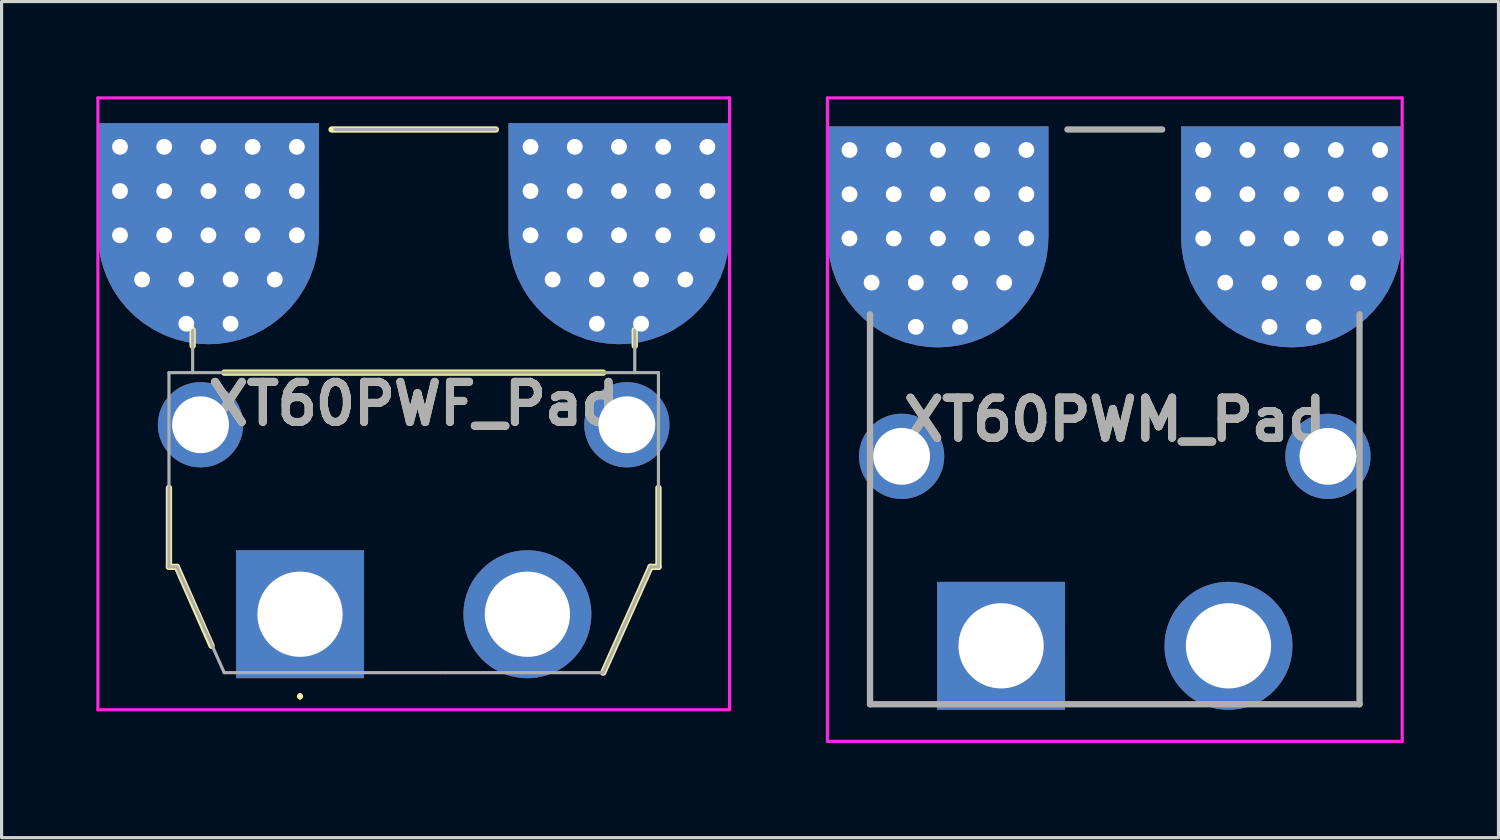
<source format=kicad_pcb>
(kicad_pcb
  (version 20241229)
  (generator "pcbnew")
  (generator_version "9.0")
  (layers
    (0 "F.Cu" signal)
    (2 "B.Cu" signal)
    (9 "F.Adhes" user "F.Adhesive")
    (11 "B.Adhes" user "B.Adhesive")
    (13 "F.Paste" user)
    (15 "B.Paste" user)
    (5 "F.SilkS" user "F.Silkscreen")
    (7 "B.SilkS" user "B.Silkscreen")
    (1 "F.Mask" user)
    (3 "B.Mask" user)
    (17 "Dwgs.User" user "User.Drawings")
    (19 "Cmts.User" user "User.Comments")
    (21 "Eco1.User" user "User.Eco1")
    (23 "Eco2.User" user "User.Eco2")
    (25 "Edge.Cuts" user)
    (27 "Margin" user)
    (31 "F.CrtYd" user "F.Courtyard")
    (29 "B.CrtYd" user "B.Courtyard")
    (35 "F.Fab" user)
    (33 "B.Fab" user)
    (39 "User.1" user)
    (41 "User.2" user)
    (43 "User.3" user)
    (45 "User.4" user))
  (footprint "XT60PWF_Pad"
    (layer "F.Cu")
    (at 6.45 16.4)
    (property "Reference" "XT60PWF_Pad" (at 3.6 -6.663 0) (layer "F.SilkS") (effects (font (size 1.27 1.27) (thickness 0.254))))
    (attr through_hole)
    (fp_line (start -4.15 -4) (end -4.15 -1.5) (stroke (width 0.2) (type solid)) (layer "F.SilkS"))
    (fp_line (start -4.15 -1.5) (end -3.9 -1.5) (stroke (width 0.2) (type solid)) (layer "F.SilkS"))
    (fp_line (start -3.9 -1.5) (end -2.8 1) (stroke (width 0.2) (type solid)) (layer "F.SilkS"))
    (fp_line (start -3.4 -9) (end -3.4 -8.5) (stroke (width 0.2) (type solid)) (layer "F.SilkS"))
    (fp_line (start 0 2.55) (end 0 2.55) (stroke (width 0.1) (type solid)) (layer "F.SilkS"))
    (fp_line (start 0 2.65) (end 0 2.65) (stroke (width 0.1) (type solid)) (layer "F.SilkS"))
    (fp_line (start 6.2 -15.35) (end 1 -15.35) (stroke (width 0.2) (type solid)) (layer "F.SilkS"))
    (fp_line (start 9.6 -7.65) (end -2.4 -7.65) (stroke (width 0.2) (type solid)) (layer "F.SilkS"))
    (fp_line (start 10.6 -8.5) (end 10.6 -9) (stroke (width 0.2) (type solid)) (layer "F.SilkS"))
    (fp_line (start 11.1 -1.5) (end 9.6 1.85) (stroke (width 0.2) (type solid)) (layer "F.SilkS"))
    (fp_line (start 11.35 -4) (end 11.35 -1.5) (stroke (width 0.2) (type solid)) (layer "F.SilkS"))
    (fp_line (start 11.35 -1.5) (end 11.1 -1.5) (stroke (width 0.2) (type solid)) (layer "F.SilkS"))
    (fp_arc (start 0 2.55) (mid 0.05 2.6) (end 0 2.65) (stroke (width 0.1) (type solid)) (layer "F.SilkS"))
    (fp_arc (start 0 2.65) (mid -0.05 2.6) (end 0 2.55) (stroke (width 0.1) (type solid)) (layer "F.SilkS"))
    (fp_line (start -6.4 -16.35) (end -6.4 3.025) (stroke (width 0.1) (type solid)) (layer "F.CrtYd"))
    (fp_line (start -6.4 3.025) (end 13.6 3.025) (stroke (width 0.1) (type solid)) (layer "F.CrtYd"))
    (fp_line (start 13.6 -16.35) (end -6.4 -16.35) (stroke (width 0.1) (type solid)) (layer "F.CrtYd"))
    (fp_line (start 13.6 3.025) (end 13.6 -16.35) (stroke (width 0.1) (type solid)) (layer "F.CrtYd"))
    (fp_line (start -4.15 -7.65) (end -4.15 -1.5) (stroke (width 0.1) (type solid)) (layer "F.Fab"))
    (fp_line (start -4.15 -1.5) (end -3.9 -1.5) (stroke (width 0.1) (type solid)) (layer "F.Fab"))
    (fp_line (start -3.9 -1.5) (end -2.4 1.85) (stroke (width 0.1) (type solid)) (layer "F.Fab"))
    (fp_line (start -3.4 -9) (end -3.4 -7.65) (stroke (width 0.1) (type solid)) (layer "F.Fab"))
    (fp_line (start -2.4 1.85) (end 4.6 1.85) (stroke (width 0.1) (type solid)) (layer "F.Fab"))
    (fp_line (start 4.6 1.85) (end 9.6 1.85) (stroke (width 0.1) (type solid)) (layer "F.Fab"))
    (fp_line (start 6.2 -15.35) (end 1.1 -15.35) (stroke (width 0.1) (type solid)) (layer "F.Fab"))
    (fp_line (start 9.6 1.85) (end 11.1 -1.5) (stroke (width 0.1) (type solid)) (layer "F.Fab"))
    (fp_line (start 10.6 -7.65) (end 10.6 -9) (stroke (width 0.1) (type solid)) (layer "F.Fab"))
    (fp_line (start 11.1 -1.5) (end 11.35 -1.5) (stroke (width 0.1) (type solid)) (layer "F.Fab"))
    (fp_line (start 11.35 -7.65) (end -4.15 -7.65) (stroke (width 0.1) (type solid)) (layer "F.Fab"))
    (fp_line (start 11.35 -5) (end 11.35 -7.65) (stroke (width 0.1) (type solid)) (layer "F.Fab"))
    (fp_line (start 11.35 -3.5) (end 11.35 -5) (stroke (width 0.1) (type solid)) (layer "F.Fab"))
    (fp_line (start 11.35 -1.5) (end 11.35 -3.5) (stroke (width 0.1) (type solid)) (layer "F.Fab"))
    (fp_text user "${REFERENCE}" (at 3.6 -6.663 0) (layer "F.Fab") (effects (font (size 1.27 1.27) (thickness 0.254))))
    (pad "1" thru_hole circle (at -5.7 -14.8) (size 0.8 0.8) (drill 0.5) (layers "*.Cu" "*.Mask"))
    (pad "1" thru_hole circle (at -5.7 -13.4) (size 0.8 0.8) (drill 0.5) (layers "*.Cu" "*.Mask"))
    (pad "1" thru_hole circle (at -5.7 -12) (size 0.8 0.8) (drill 0.5) (layers "*.Cu" "*.Mask"))
    (pad "1" thru_hole circle (at -5 -10.6) (size 0.8 0.8) (drill 0.5) (layers "*.Cu" "*.Mask"))
    (pad "1" thru_hole circle (at -4.3 -14.8) (size 0.8 0.8) (drill 0.5) (layers "*.Cu" "*.Mask"))
    (pad "1" thru_hole circle (at -4.3 -13.4) (size 0.8 0.8) (drill 0.5) (layers "*.Cu" "*.Mask"))
    (pad "1" thru_hole circle (at -4.3 -12) (size 0.8 0.8) (drill 0.5) (layers "*.Cu" "*.Mask"))
    (pad "1" thru_hole circle (at -3.6 -10.6) (size 0.8 0.8) (drill 0.5) (layers "*.Cu" "*.Mask"))
    (pad "1" thru_hole circle (at -3.6 -9.2) (size 0.8 0.8) (drill 0.5) (layers "*.Cu" "*.Mask"))
    (pad "1" thru_hole circle (at -2.9 -14.8) (size 0.8 0.8) (drill 0.5) (layers "*.Cu" "*.Mask"))
    (pad "1" thru_hole circle (at -2.9 -13.4) (size 0.8 0.8) (drill 0.5) (layers "*.Cu" "*.Mask"))
    (pad "1" smd roundrect (at -2.9 -12.05) (size 7 7) (layers "F.Cu" "F.Mask" "F.Paste") (roundrect_rratio 0.5) (chamfer_ratio 0) (chamfer top_left top_right))
    (pad "1" smd roundrect (at -2.9 -12.05) (size 7 7) (layers "B.Cu" "B.Mask" "B.Paste") (roundrect_rratio 0.5) (chamfer_ratio 0) (chamfer top_left top_right))
    (pad "1" thru_hole circle (at -2.9 -12) (size 0.8 0.8) (drill 0.5) (layers "*.Cu" "*.Mask"))
    (pad "1" thru_hole circle (at -2.2 -10.6) (size 0.8 0.8) (drill 0.5) (layers "*.Cu" "*.Mask"))
    (pad "1" thru_hole circle (at -2.2 -9.2) (size 0.8 0.8) (drill 0.5) (layers "*.Cu" "*.Mask"))
    (pad "1" thru_hole circle (at -1.5 -14.8) (size 0.8 0.8) (drill 0.5) (layers "*.Cu" "*.Mask"))
    (pad "1" thru_hole circle (at -1.5 -13.4) (size 0.8 0.8) (drill 0.5) (layers "*.Cu" "*.Mask"))
    (pad "1" thru_hole circle (at -1.5 -12) (size 0.8 0.8) (drill 0.5) (layers "*.Cu" "*.Mask"))
    (pad "1" thru_hole circle (at -0.8 -10.6) (size 0.8 0.8) (drill 0.5) (layers "*.Cu" "*.Mask"))
    (pad "1" thru_hole circle (at -0.1 -14.8) (size 0.8 0.8) (drill 0.5) (layers "*.Cu" "*.Mask"))
    (pad "1" thru_hole circle (at -0.1 -13.4) (size 0.8 0.8) (drill 0.5) (layers "*.Cu" "*.Mask"))
    (pad "1" thru_hole circle (at -0.1 -12) (size 0.8 0.8) (drill 0.5) (layers "*.Cu" "*.Mask"))
    (pad "1" thru_hole rect (at 0 0) (size 4.05 4.05) (drill 2.7) (layers "*.Cu" "*.Mask"))
    (pad "2" thru_hole circle (at 7.2 0) (size 4.05 4.05) (drill 2.7) (layers "*.Cu" "*.Mask"))
    (pad "2" thru_hole circle (at 7.3 -14.8) (size 0.8 0.8) (drill 0.5) (layers "*.Cu" "*.Mask"))
    (pad "2" thru_hole circle (at 7.3 -13.4) (size 0.8 0.8) (drill 0.5) (layers "*.Cu" "*.Mask"))
    (pad "2" thru_hole circle (at 7.3 -12) (size 0.8 0.8) (drill 0.5) (layers "*.Cu" "*.Mask"))
    (pad "2" thru_hole circle (at 8 -10.6) (size 0.8 0.8) (drill 0.5) (layers "*.Cu" "*.Mask"))
    (pad "2" thru_hole circle (at 8.7 -14.8) (size 0.8 0.8) (drill 0.5) (layers "*.Cu" "*.Mask"))
    (pad "2" thru_hole circle (at 8.7 -13.4) (size 0.8 0.8) (drill 0.5) (layers "*.Cu" "*.Mask"))
    (pad "2" thru_hole circle (at 8.7 -12) (size 0.8 0.8) (drill 0.5) (layers "*.Cu" "*.Mask"))
    (pad "2" thru_hole circle (at 9.4 -10.6) (size 0.8 0.8) (drill 0.5) (layers "*.Cu" "*.Mask"))
    (pad "2" thru_hole circle (at 9.4 -9.2) (size 0.8 0.8) (drill 0.5) (layers "*.Cu" "*.Mask"))
    (pad "2" thru_hole circle (at 10.1 -14.8) (size 0.8 0.8) (drill 0.5) (layers "*.Cu" "*.Mask"))
    (pad "2" thru_hole circle (at 10.1 -13.4) (size 0.8 0.8) (drill 0.5) (layers "*.Cu" "*.Mask"))
    (pad "2" smd roundrect (at 10.1 -12.05) (size 7 7) (layers "F.Cu" "F.Mask" "F.Paste") (roundrect_rratio 0.5) (chamfer_ratio 0) (chamfer top_left top_right))
    (pad "2" smd roundrect (at 10.1 -12.05) (size 7 7) (layers "B.Cu" "B.Mask" "B.Paste") (roundrect_rratio 0.5) (chamfer_ratio 0) (chamfer top_left top_right))
    (pad "2" thru_hole circle (at 10.1 -12) (size 0.8 0.8) (drill 0.5) (layers "*.Cu" "*.Mask"))
    (pad "2" thru_hole circle (at 10.8 -10.6) (size 0.8 0.8) (drill 0.5) (layers "*.Cu" "*.Mask"))
    (pad "2" thru_hole circle (at 10.8 -9.2) (size 0.8 0.8) (drill 0.5) (layers "*.Cu" "*.Mask"))
    (pad "2" thru_hole circle (at 11.5 -14.8) (size 0.8 0.8) (drill 0.5) (layers "*.Cu" "*.Mask"))
    (pad "2" thru_hole circle (at 11.5 -13.4) (size 0.8 0.8) (drill 0.5) (layers "*.Cu" "*.Mask"))
    (pad "2" thru_hole circle (at 11.5 -12) (size 0.8 0.8) (drill 0.5) (layers "*.Cu" "*.Mask"))
    (pad "2" thru_hole circle (at 12.2 -10.6) (size 0.8 0.8) (drill 0.5) (layers "*.Cu" "*.Mask"))
    (pad "2" thru_hole circle (at 12.9 -14.8) (size 0.8 0.8) (drill 0.5) (layers "*.Cu" "*.Mask"))
    (pad "2" thru_hole circle (at 12.9 -13.4) (size 0.8 0.8) (drill 0.5) (layers "*.Cu" "*.Mask"))
    (pad "2" thru_hole circle (at 12.9 -12) (size 0.8 0.8) (drill 0.5) (layers "*.Cu" "*.Mask"))
    (pad "3" thru_hole circle (at -3.15 -6) (size 2.7 2.7) (drill 1.8) (layers "*.Cu" "*.Mask"))
    (pad "4" thru_hole circle (at 10.35 -6) (size 2.7 2.7) (drill 1.8) (layers "*.Cu" "*.Mask")))
  (footprint "XT60PWM_Pad"
    (layer "F.Cu")
    (at 32.25 17.4)
    (property "Reference" "XT60PWM_Pad" (at 0 -7.163 0) (layer "F.SilkS") (effects (font (size 1.27 1.27) (thickness 0.254))))
    (attr through_hole)
    (fp_line (start -7.75 -7) (end -7.75 -10.5) (stroke (width 0.1) (type solid)) (layer "F.SilkS"))
    (fp_line (start -7.75 -3) (end -7.75 1.85) (stroke (width 0.1) (type solid)) (layer "F.SilkS"))
    (fp_line (start -7.75 1.85) (end -5.6 1.85) (stroke (width 0.1) (type solid)) (layer "F.SilkS"))
    (fp_line (start -1.5 -16.35) (end 1.5 -16.35) (stroke (width 0.1) (type solid)) (layer "F.SilkS"))
    (fp_line (start 5.4 1.85) (end 7.75 1.85) (stroke (width 0.1) (type solid)) (layer "F.SilkS"))
    (fp_line (start 7.75 -10.5) (end 7.75 -7) (stroke (width 0.1) (type solid)) (layer "F.SilkS"))
    (fp_line (start 7.75 1.85) (end 7.75 -3) (stroke (width 0.1) (type solid)) (layer "F.SilkS"))
    (fp_line (start -9.1 -17.35) (end 9.1 -17.35) (stroke (width 0.1) (type solid)) (layer "F.CrtYd"))
    (fp_line (start -9.1 3.025) (end -9.1 -17.35) (stroke (width 0.1) (type solid)) (layer "F.CrtYd"))
    (fp_line (start 9.1 -17.35) (end 9.1 3.025) (stroke (width 0.1) (type solid)) (layer "F.CrtYd"))
    (fp_line (start 9.1 3.025) (end -9.1 3.025) (stroke (width 0.1) (type solid)) (layer "F.CrtYd"))
    (fp_line (start -7.75 1.85) (end -7.75 -10.5) (stroke (width 0.2) (type solid)) (layer "F.Fab"))
    (fp_line (start -1.5 -16.35) (end 1.5 -16.35) (stroke (width 0.2) (type solid)) (layer "F.Fab"))
    (fp_line (start 7.75 -10.5) (end 7.75 1.85) (stroke (width 0.2) (type solid)) (layer "F.Fab"))
    (fp_line (start 7.75 1.85) (end -7.75 1.85) (stroke (width 0.2) (type solid)) (layer "F.Fab"))
    (fp_text user "${REFERENCE}" (at 0 -7.163 0) (layer "F.Fab") (effects (font (size 1.27 1.27) (thickness 0.254))))
    (pad "1" thru_hole circle (at -8.4 -15.7) (size 0.8 0.8) (drill 0.5) (layers "*.Cu" "*.Mask"))
    (pad "1" thru_hole circle (at -8.4 -14.3) (size 0.8 0.8) (drill 0.5) (layers "*.Cu" "*.Mask"))
    (pad "1" thru_hole circle (at -8.4 -12.9) (size 0.8 0.8) (drill 0.5) (layers "*.Cu" "*.Mask"))
    (pad "1" thru_hole circle (at -7.7 -11.5) (size 0.8 0.8) (drill 0.5) (layers "*.Cu" "*.Mask"))
    (pad "1" thru_hole circle (at -7 -15.7) (size 0.8 0.8) (drill 0.5) (layers "*.Cu" "*.Mask"))
    (pad "1" thru_hole circle (at -7 -14.3) (size 0.8 0.8) (drill 0.5) (layers "*.Cu" "*.Mask"))
    (pad "1" thru_hole circle (at -7 -12.9) (size 0.8 0.8) (drill 0.5) (layers "*.Cu" "*.Mask"))
    (pad "1" thru_hole circle (at -6.3 -11.5) (size 0.8 0.8) (drill 0.5) (layers "*.Cu" "*.Mask"))
    (pad "1" thru_hole circle (at -6.3 -10.1) (size 0.8 0.8) (drill 0.5) (layers "*.Cu" "*.Mask"))
    (pad "1" thru_hole circle (at -5.6 -15.7) (size 0.8 0.8) (drill 0.5) (layers "*.Cu" "*.Mask"))
    (pad "1" thru_hole circle (at -5.6 -14.3) (size 0.8 0.8) (drill 0.5) (layers "*.Cu" "*.Mask"))
    (pad "1" smd roundrect (at -5.6 -12.95) (size 7 7) (layers "F.Cu" "F.Mask" "F.Paste") (roundrect_rratio 0.5) (chamfer_ratio 0) (chamfer top_left top_right))
    (pad "1" smd roundrect (at -5.6 -12.95) (size 7 7) (layers "B.Cu" "B.Mask" "B.Paste") (roundrect_rratio 0.5) (chamfer_ratio 0) (chamfer top_left top_right))
    (pad "1" thru_hole circle (at -5.6 -12.9) (size 0.8 0.8) (drill 0.5) (layers "*.Cu" "*.Mask"))
    (pad "1" thru_hole circle (at -4.9 -11.5) (size 0.8 0.8) (drill 0.5) (layers "*.Cu" "*.Mask"))
    (pad "1" thru_hole circle (at -4.9 -10.1) (size 0.8 0.8) (drill 0.5) (layers "*.Cu" "*.Mask"))
    (pad "1" thru_hole circle (at -4.2 -15.7) (size 0.8 0.8) (drill 0.5) (layers "*.Cu" "*.Mask"))
    (pad "1" thru_hole circle (at -4.2 -14.3) (size 0.8 0.8) (drill 0.5) (layers "*.Cu" "*.Mask"))
    (pad "1" thru_hole circle (at -4.2 -12.9) (size 0.8 0.8) (drill 0.5) (layers "*.Cu" "*.Mask"))
    (pad "1" thru_hole rect (at -3.6 0) (size 4.05 4.05) (drill 2.7) (layers "*.Cu" "*.Mask"))
    (pad "1" thru_hole circle (at -3.5 -11.5) (size 0.8 0.8) (drill 0.5) (layers "*.Cu" "*.Mask"))
    (pad "1" thru_hole circle (at -2.8 -15.7) (size 0.8 0.8) (drill 0.5) (layers "*.Cu" "*.Mask"))
    (pad "1" thru_hole circle (at -2.8 -14.3) (size 0.8 0.8) (drill 0.5) (layers "*.Cu" "*.Mask"))
    (pad "1" thru_hole circle (at -2.8 -12.9) (size 0.8 0.8) (drill 0.5) (layers "*.Cu" "*.Mask"))
    (pad "2" thru_hole circle (at 2.8 -15.7) (size 0.8 0.8) (drill 0.5) (layers "*.Cu" "*.Mask"))
    (pad "2" thru_hole circle (at 2.8 -14.3) (size 0.8 0.8) (drill 0.5) (layers "*.Cu" "*.Mask"))
    (pad "2" thru_hole circle (at 2.8 -12.9) (size 0.8 0.8) (drill 0.5) (layers "*.Cu" "*.Mask"))
    (pad "2" thru_hole circle (at 3.5 -11.5) (size 0.8 0.8) (drill 0.5) (layers "*.Cu" "*.Mask"))
    (pad "2" thru_hole circle (at 3.6 0) (size 4.05 4.05) (drill 2.7) (layers "*.Cu" "*.Mask"))
    (pad "2" thru_hole circle (at 4.2 -15.7) (size 0.8 0.8) (drill 0.5) (layers "*.Cu" "*.Mask"))
    (pad "2" thru_hole circle (at 4.2 -14.3) (size 0.8 0.8) (drill 0.5) (layers "*.Cu" "*.Mask"))
    (pad "2" thru_hole circle (at 4.2 -12.9) (size 0.8 0.8) (drill 0.5) (layers "*.Cu" "*.Mask"))
    (pad "2" thru_hole circle (at 4.9 -11.5) (size 0.8 0.8) (drill 0.5) (layers "*.Cu" "*.Mask"))
    (pad "2" thru_hole circle (at 4.9 -10.1) (size 0.8 0.8) (drill 0.5) (layers "*.Cu" "*.Mask"))
    (pad "2" thru_hole circle (at 5.6 -15.7) (size 0.8 0.8) (drill 0.5) (layers "*.Cu" "*.Mask"))
    (pad "2" thru_hole circle (at 5.6 -14.3) (size 0.8 0.8) (drill 0.5) (layers "*.Cu" "*.Mask"))
    (pad "2" smd roundrect (at 5.6 -12.95) (size 7 7) (layers "F.Cu" "F.Mask" "F.Paste") (roundrect_rratio 0.5) (chamfer_ratio 0) (chamfer top_left top_right))
    (pad "2" smd roundrect (at 5.6 -12.95) (size 7 7) (layers "B.Cu" "B.Mask" "B.Paste") (roundrect_rratio 0.5) (chamfer_ratio 0) (chamfer top_left top_right))
    (pad "2" thru_hole circle (at 5.6 -12.9) (size 0.8 0.8) (drill 0.5) (layers "*.Cu" "*.Mask"))
    (pad "2" thru_hole circle (at 6.3 -11.5) (size 0.8 0.8) (drill 0.5) (layers "*.Cu" "*.Mask"))
    (pad "2" thru_hole circle (at 6.3 -10.1) (size 0.8 0.8) (drill 0.5) (layers "*.Cu" "*.Mask"))
    (pad "2" thru_hole circle (at 7 -15.7) (size 0.8 0.8) (drill 0.5) (layers "*.Cu" "*.Mask"))
    (pad "2" thru_hole circle (at 7 -14.3) (size 0.8 0.8) (drill 0.5) (layers "*.Cu" "*.Mask"))
    (pad "2" thru_hole circle (at 7 -12.9) (size 0.8 0.8) (drill 0.5) (layers "*.Cu" "*.Mask"))
    (pad "2" thru_hole circle (at 7.7 -11.5) (size 0.8 0.8) (drill 0.5) (layers "*.Cu" "*.Mask"))
    (pad "2" thru_hole circle (at 8.4 -15.7) (size 0.8 0.8) (drill 0.5) (layers "*.Cu" "*.Mask"))
    (pad "2" thru_hole circle (at 8.4 -14.3) (size 0.8 0.8) (drill 0.5) (layers "*.Cu" "*.Mask"))
    (pad "2" thru_hole circle (at 8.4 -12.9) (size 0.8 0.8) (drill 0.5) (layers "*.Cu" "*.Mask"))
    (pad "3" thru_hole circle (at 6.75 -6) (size 2.7 2.7) (drill 1.8) (layers "*.Cu" "*.Mask"))
    (pad "4" thru_hole circle (at -6.75 -6) (size 2.7 2.7) (drill 1.8) (layers "*.Cu" "*.Mask")))
  (gr_rect
    (start -3 -3)
    (end 44.4 23.475)
    (stroke (width 0.1) (type default))
    (fill no)
    (layer "Edge.Cuts")))
</source>
